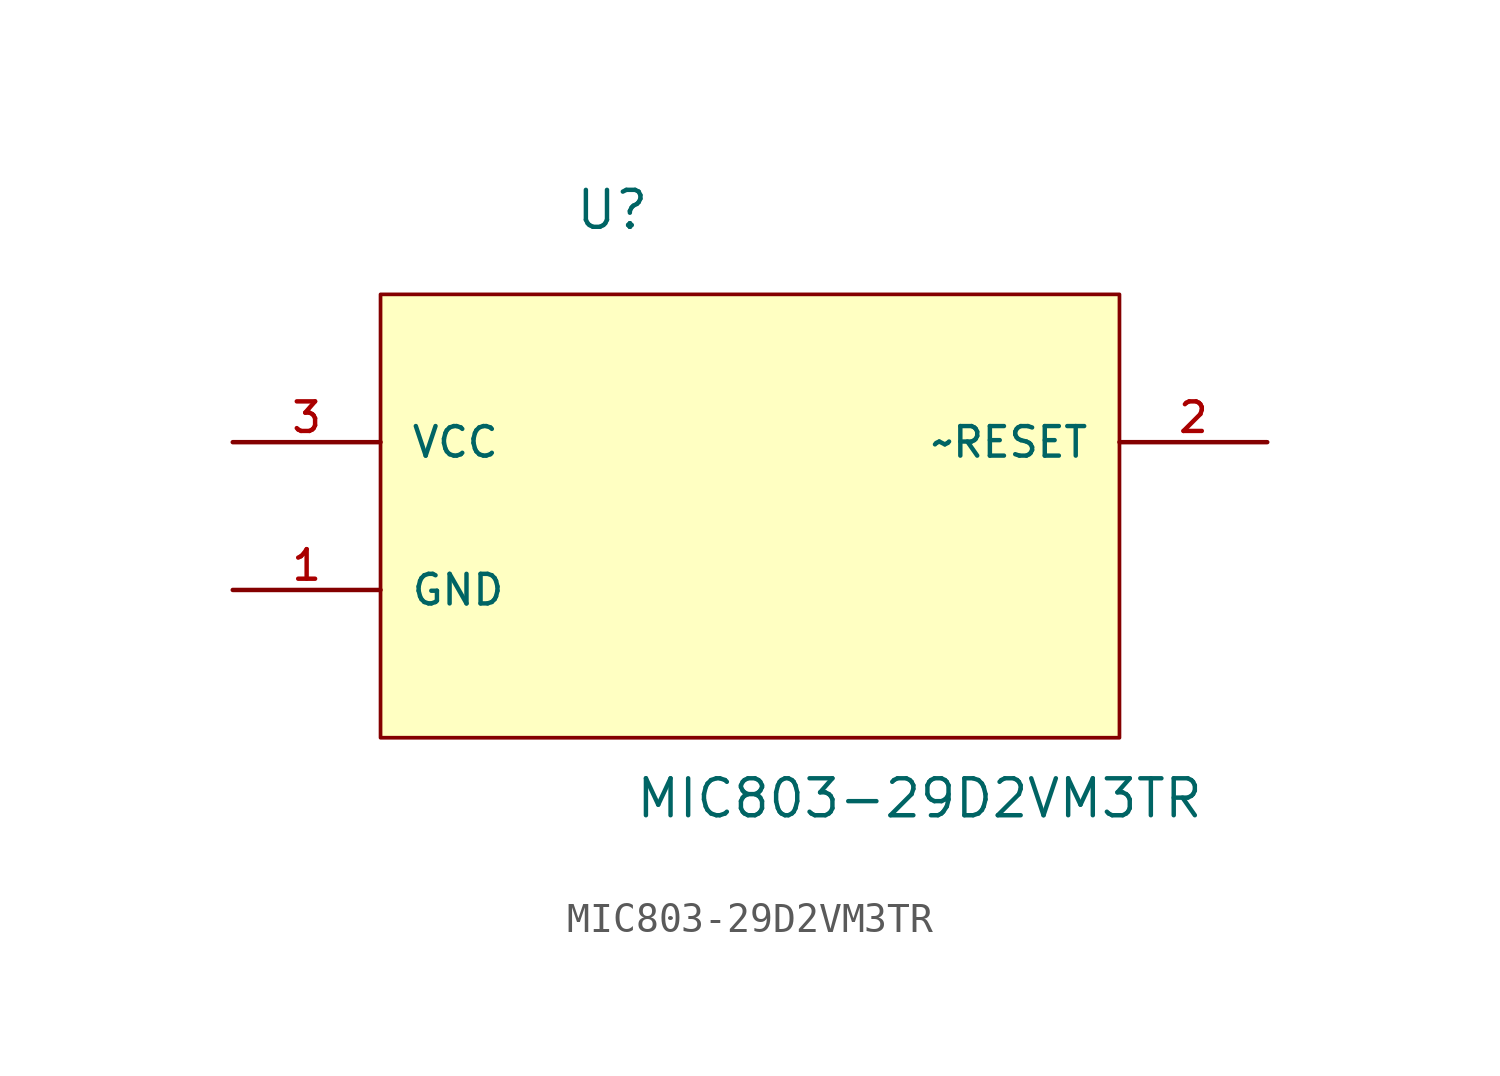
<source format=kicad_sym>
(kicad_symbol_lib
  (version 20211014)
  (generator kicad_symbol_editor)
  (symbol "MIC803-29D2VM3TR"
    (pin_names
      (offset 1.016))
    (property "Reference" "U"
      (at 11.736 7.24 0.0)
      (effects (font (size 1.27 1.27)) (justify bottom left)))
    (property "Value" "MIC803-29D2VM3TR"
      (at 13.8 -12.987 0.0)
      (effects (font (size 1.27 1.27)) (justify bottom left)))
    (symbol "MIC803-29D2VM3TR_0_0"
      (rectangle (start 5.08 -10.16) (end 30.48 5.08) (stroke (width 0.127)) (fill (type background)))
      (pin power_in line (at 0.0 0.0 0) (length 5.08) (name "VCC" (effects (font (size 1.016 1.016)))) (number "3" (effects (font (size 1.016 1.016)))))
      (pin passive line (at 0.0 -5.08 0) (length 5.08) (name "GND" (effects (font (size 1.016 1.016)))) (number "1" (effects (font (size 1.016 1.016)))))
      (pin passive line (at 35.56 0.0 180.0) (length 5.08) (name "~RESET" (effects (font (size 1.016 1.016)))) (number "2" (effects (font (size 1.016 1.016))))))))
</source>
